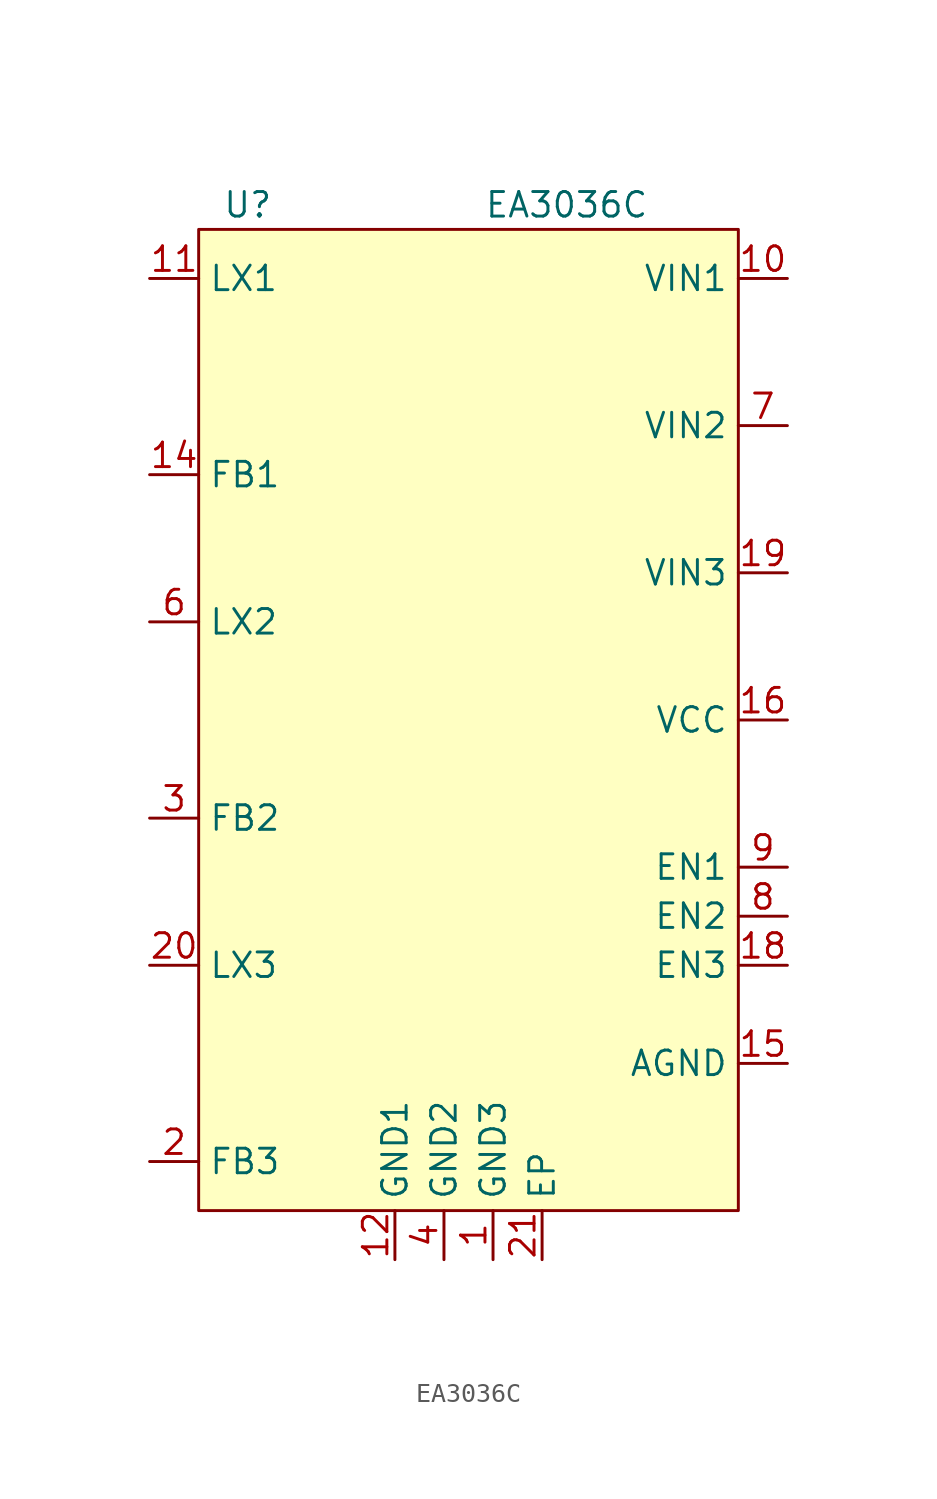
<source format=kicad_sym>
(kicad_symbol_lib
  (version 20220914)
  (generator kicad_symbol_editor)
  (symbol "EA3036C"
    (property "Reference" "U"
      (at -10.16 26.67 0)
      (effects (font (size 1.27 1.27))))
    (property "Value" "EA3036C"
      (at 6.35 26.67 0)
      (effects (font (size 1.27 1.27))))
    (symbol "EA3036C_0_0"
      (pin power_in line (at 2.54 -27.94 90) (length 2.54) (name "GND3" (effects (font (size 1.27 1.27)))) (number "1" (effects (font (size 1.27 1.27)))))
      (pin power_in line (at 17.78 22.86 180) (length 2.54) (name "VIN1" (effects (font (size 1.27 1.27)))) (number "10" (effects (font (size 1.27 1.27)))))
      (pin passive line (at -15.24 22.86 0) (length 2.54) (name "LX1" (effects (font (size 1.27 1.27)))) (number "11" (effects (font (size 1.27 1.27)))))
      (pin power_in line (at -2.54 -27.94 90) (length 2.54) (name "GND1" (effects (font (size 1.27 1.27)))) (number "12" (effects (font (size 1.27 1.27)))))
      (pin passive line (at -2.54 -27.94 90) (length 2.54) hide (name "GND1" (effects (font (size 1.27 1.27)))) (number "13" (effects (font (size 1.27 1.27)))))
      (pin input line (at -15.24 12.7 0) (length 2.54) (name "FB1" (effects (font (size 1.27 1.27)))) (number "14" (effects (font (size 1.27 1.27)))))
      (pin power_in line (at 17.78 -17.78 180) (length 2.54) (name "AGND" (effects (font (size 1.27 1.27)))) (number "15" (effects (font (size 1.27 1.27)))))
      (pin power_in line (at 17.78 0 180) (length 2.54) (name "VCC" (effects (font (size 1.27 1.27)))) (number "16" (effects (font (size 1.27 1.27)))))
      (pin passive line (at 17.78 -17.78 180) (length 2.54) hide (name "AGND" (effects (font (size 1.27 1.27)))) (number "17" (effects (font (size 1.27 1.27)))))
      (pin input line (at 17.78 -12.7 180) (length 2.54) (name "EN3" (effects (font (size 1.27 1.27)))) (number "18" (effects (font (size 1.27 1.27)))))
      (pin power_in line (at 17.78 7.62 180) (length 2.54) (name "VIN3" (effects (font (size 1.27 1.27)))) (number "19" (effects (font (size 1.27 1.27)))))
      (pin input line (at -15.24 -22.86 0) (length 2.54) (name "FB3" (effects (font (size 1.27 1.27)))) (number "2" (effects (font (size 1.27 1.27)))))
      (pin passive line (at -15.24 -12.7 0) (length 2.54) (name "LX3" (effects (font (size 1.27 1.27)))) (number "20" (effects (font (size 1.27 1.27)))))
      (pin passive line (at 5.08 -27.94 90) (length 2.54) (name "EP" (effects (font (size 1.27 1.27)))) (number "21" (effects (font (size 1.27 1.27)))))
      (pin input line (at -15.24 -5.08 0) (length 2.54) (name "FB2" (effects (font (size 1.27 1.27)))) (number "3" (effects (font (size 1.27 1.27)))))
      (pin power_in line (at 0 -27.94 90) (length 2.54) (name "GND2" (effects (font (size 1.27 1.27)))) (number "4" (effects (font (size 1.27 1.27)))))
      (pin passive line (at 0 -27.94 90) (length 2.54) hide (name "GND2" (effects (font (size 1.27 1.27)))) (number "5" (effects (font (size 1.27 1.27)))))
      (pin passive line (at -15.24 5.08 0) (length 2.54) (name "LX2" (effects (font (size 1.27 1.27)))) (number "6" (effects (font (size 1.27 1.27)))))
      (pin power_in line (at 17.78 15.24 180) (length 2.54) (name "VIN2" (effects (font (size 1.27 1.27)))) (number "7" (effects (font (size 1.27 1.27)))))
      (pin input line (at 17.78 -10.16 180) (length 2.54) (name "EN2" (effects (font (size 1.27 1.27)))) (number "8" (effects (font (size 1.27 1.27)))))
      (pin input line (at 17.78 -7.62 180) (length 2.54) (name "EN1" (effects (font (size 1.27 1.27)))) (number "9" (effects (font (size 1.27 1.27))))))
    (symbol "EA3036C_0_1"
      (rectangle (start -12.7 25.4) (end 15.24 -25.4) (stroke (width 0) (type default)) (fill (type background))))))
</source>
